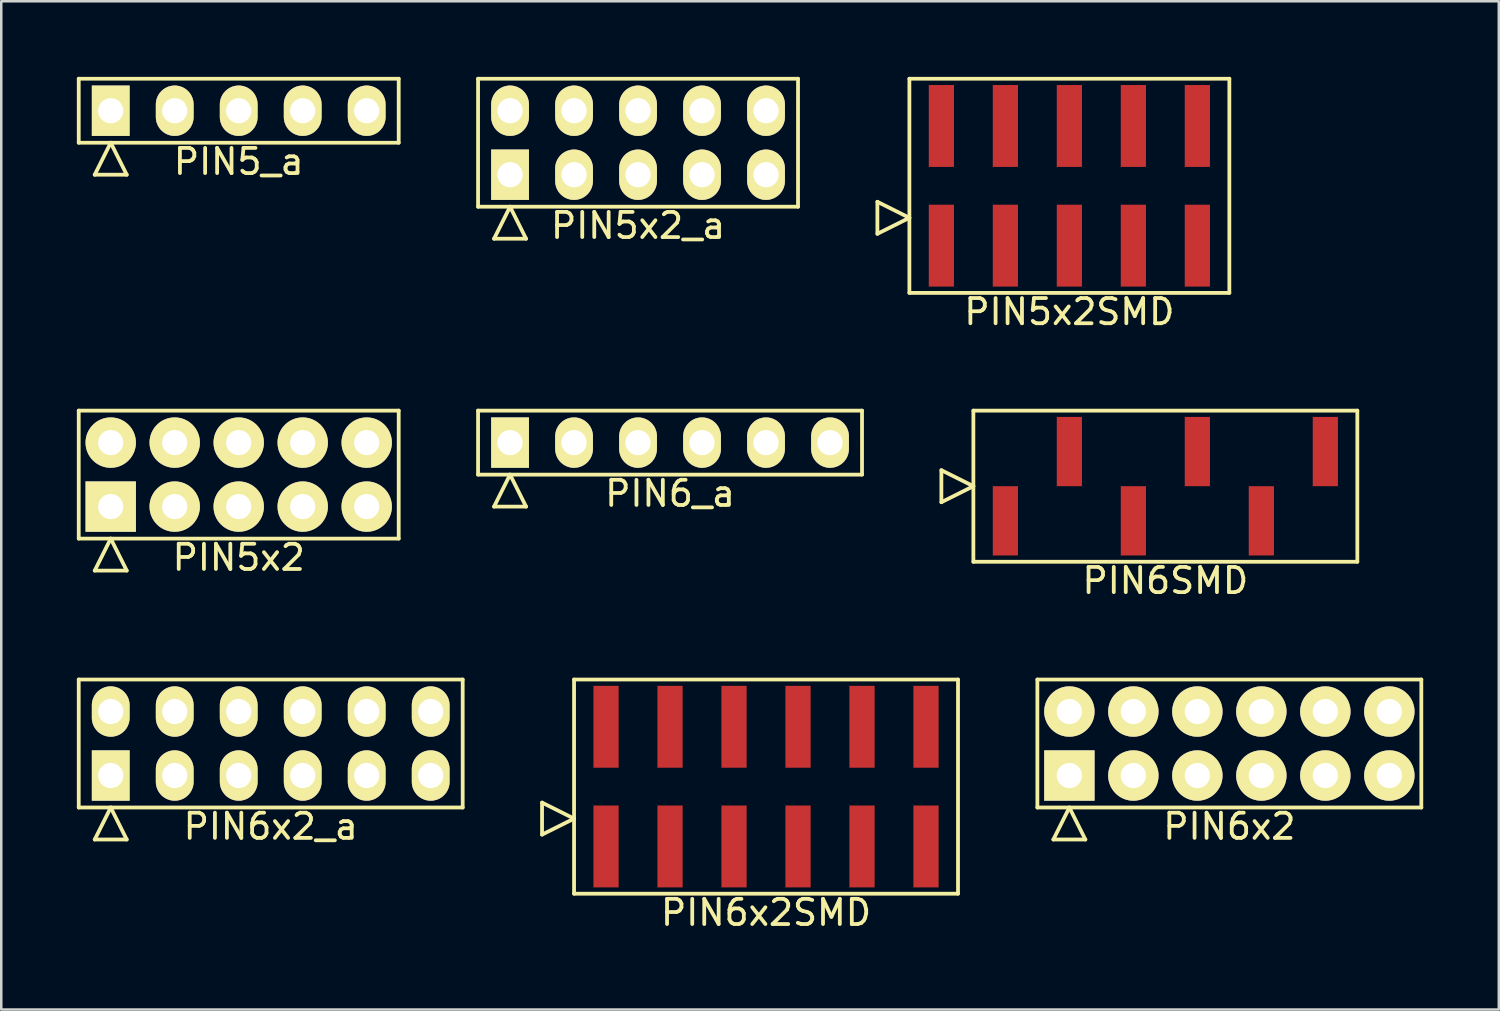
<source format=kicad_pcb>
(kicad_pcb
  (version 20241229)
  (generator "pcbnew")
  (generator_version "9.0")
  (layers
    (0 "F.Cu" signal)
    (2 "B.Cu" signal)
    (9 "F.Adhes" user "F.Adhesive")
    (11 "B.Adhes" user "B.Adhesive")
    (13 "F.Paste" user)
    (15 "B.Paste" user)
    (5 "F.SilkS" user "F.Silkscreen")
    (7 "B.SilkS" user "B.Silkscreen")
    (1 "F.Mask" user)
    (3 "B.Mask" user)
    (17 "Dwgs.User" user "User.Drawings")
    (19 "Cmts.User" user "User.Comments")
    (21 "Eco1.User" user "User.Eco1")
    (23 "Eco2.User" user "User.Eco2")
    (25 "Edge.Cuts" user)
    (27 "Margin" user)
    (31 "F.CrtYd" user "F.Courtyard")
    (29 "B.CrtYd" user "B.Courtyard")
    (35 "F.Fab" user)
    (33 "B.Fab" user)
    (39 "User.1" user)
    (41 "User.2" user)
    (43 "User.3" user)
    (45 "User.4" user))
  (footprint "PIN5_a"
    (layer "F.Cu")
    (at 6.425 1.345)
    (property "Reference" "PIN5_a" (at 0 2.02 0) (layer "F.SilkS") (effects (font (size 1 1) (thickness 0.15))))
    (attr through_hole)
    (fp_line (start -6.35 -1.27) (end -6.35 1.27) (stroke (width 0.15) (type solid)) (layer "F.SilkS"))
    (fp_line (start -6.35 1.27) (end 6.35 1.27) (stroke (width 0.15) (type solid)) (layer "F.SilkS"))
    (fp_line (start -5.715 2.54) (end -5.08 1.27) (stroke (width 0.15) (type solid)) (layer "F.SilkS"))
    (fp_line (start -5.715 2.54) (end -4.445 2.54) (stroke (width 0.15) (type solid)) (layer "F.SilkS"))
    (fp_line (start -4.445 2.54) (end -5.08 1.27) (stroke (width 0.15) (type solid)) (layer "F.SilkS"))
    (fp_line (start 6.35 -1.27) (end -6.35 -1.27) (stroke (width 0.15) (type solid)) (layer "F.SilkS"))
    (fp_line (start 6.35 1.27) (end 6.35 -1.27) (stroke (width 0.15) (type solid)) (layer "F.SilkS"))
    (pad "1" thru_hole rect (at -5.08 0) (size 1.5 2) (drill 1) (layers "*.Cu" "*.Mask" "F.SilkS"))
    (pad "2" thru_hole oval (at -2.54 0) (size 1.5 2) (drill 1) (layers "*.Cu" "*.Mask" "F.SilkS"))
    (pad "3" thru_hole oval (at 0 0) (size 1.5 2) (drill 1) (layers "*.Cu" "*.Mask" "F.SilkS"))
    (pad "4" thru_hole oval (at 2.54 0) (size 1.5 2) (drill 1) (layers "*.Cu" "*.Mask" "F.SilkS"))
    (pad "5" thru_hole oval (at 5.08 0) (size 1.5 2) (drill 1) (layers "*.Cu" "*.Mask" "F.SilkS")))
  (footprint "PIN6_a"
    (layer "F.Cu")
    (at 23.545 14.518)
    (property "Reference" "PIN6_a" (at 0 2.02 0) (layer "F.SilkS") (effects (font (size 1 1) (thickness 0.15))))
    (attr through_hole)
    (fp_line (start -7.62 -1.27) (end -7.62 1.27) (stroke (width 0.15) (type solid)) (layer "F.SilkS"))
    (fp_line (start -7.62 1.27) (end 7.62 1.27) (stroke (width 0.15) (type solid)) (layer "F.SilkS"))
    (fp_line (start -6.985 2.54) (end -6.35 1.27) (stroke (width 0.15) (type solid)) (layer "F.SilkS"))
    (fp_line (start -6.985 2.54) (end -5.715 2.54) (stroke (width 0.15) (type solid)) (layer "F.SilkS"))
    (fp_line (start -5.715 2.54) (end -6.35 1.27) (stroke (width 0.15) (type solid)) (layer "F.SilkS"))
    (fp_line (start 7.62 -1.27) (end -7.62 -1.27) (stroke (width 0.15) (type solid)) (layer "F.SilkS"))
    (fp_line (start 7.62 1.27) (end 7.62 -1.27) (stroke (width 0.15) (type solid)) (layer "F.SilkS"))
    (pad "1" thru_hole rect (at -6.35 0) (size 1.5 2) (drill 1) (layers "*.Cu" "*.Mask" "F.SilkS"))
    (pad "2" thru_hole oval (at -3.81 0) (size 1.5 2) (drill 1) (layers "*.Cu" "*.Mask" "F.SilkS"))
    (pad "3" thru_hole oval (at -1.27 0) (size 1.5 2) (drill 1) (layers "*.Cu" "*.Mask" "F.SilkS"))
    (pad "4" thru_hole oval (at 1.27 0) (size 1.5 2) (drill 1) (layers "*.Cu" "*.Mask" "F.SilkS"))
    (pad "5" thru_hole oval (at 3.81 0) (size 1.5 2) (drill 1) (layers "*.Cu" "*.Mask" "F.SilkS"))
    (pad "6" thru_hole oval (at 6.35 0) (size 1.5 2) (drill 1) (layers "*.Cu" "*.Mask" "F.SilkS")))
  (footprint "PIN6x2"
    (layer "F.Cu")
    (at 45.745 26.462)
    (property "Reference" "PIN6x2" (at 0 3.29 0) (layer "F.SilkS") (effects (font (size 1 1) (thickness 0.15))))
    (attr through_hole)
    (fp_line (start -7.62 -2.54) (end -7.62 2.54) (stroke (width 0.15) (type solid)) (layer "F.SilkS"))
    (fp_line (start -7.62 2.54) (end 7.62 2.54) (stroke (width 0.15) (type solid)) (layer "F.SilkS"))
    (fp_line (start -6.985 3.81) (end -6.35 2.54) (stroke (width 0.15) (type solid)) (layer "F.SilkS"))
    (fp_line (start -6.985 3.81) (end -5.715 3.81) (stroke (width 0.15) (type solid)) (layer "F.SilkS"))
    (fp_line (start -5.715 3.81) (end -6.35 2.54) (stroke (width 0.15) (type solid)) (layer "F.SilkS"))
    (fp_line (start 7.62 -2.54) (end -7.62 -2.54) (stroke (width 0.15) (type solid)) (layer "F.SilkS"))
    (fp_line (start 7.62 2.54) (end 7.62 -2.54) (stroke (width 0.15) (type solid)) (layer "F.SilkS"))
    (pad "1" thru_hole rect (at -6.35 1.27) (size 2 2) (drill 1) (layers "*.Cu" "*.Mask" "F.SilkS"))
    (pad "2" thru_hole oval (at -6.35 -1.27) (size 2 2) (drill 1) (layers "*.Cu" "*.Mask" "F.SilkS"))
    (pad "3" thru_hole oval (at -3.81 1.27) (size 2 2) (drill 1) (layers "*.Cu" "*.Mask" "F.SilkS"))
    (pad "4" thru_hole oval (at -3.81 -1.27) (size 2 2) (drill 1) (layers "*.Cu" "*.Mask" "F.SilkS"))
    (pad "5" thru_hole oval (at -1.27 1.27) (size 2 2) (drill 1) (layers "*.Cu" "*.Mask" "F.SilkS"))
    (pad "6" thru_hole oval (at -1.27 -1.27) (size 2 2) (drill 1) (layers "*.Cu" "*.Mask" "F.SilkS"))
    (pad "7" thru_hole oval (at 1.27 1.27) (size 2 2) (drill 1) (layers "*.Cu" "*.Mask" "F.SilkS"))
    (pad "8" thru_hole oval (at 1.27 -1.27) (size 2 2) (drill 1) (layers "*.Cu" "*.Mask" "F.SilkS"))
    (pad "9" thru_hole oval (at 3.81 1.27) (size 2 2) (drill 1) (layers "*.Cu" "*.Mask" "F.SilkS"))
    (pad "10" thru_hole oval (at 3.81 -1.27) (size 2 2) (drill 1) (layers "*.Cu" "*.Mask" "F.SilkS"))
    (pad "11" thru_hole oval (at 6.35 1.27) (size 2 2) (drill 1) (layers "*.Cu" "*.Mask" "F.SilkS"))
    (pad "12" thru_hole oval (at 6.35 -1.27) (size 2 2) (drill 1) (layers "*.Cu" "*.Mask" "F.SilkS")))
  (footprint "PIN6x2_a"
    (layer "F.Cu")
    (at 7.695 26.462)
    (property "Reference" "PIN6x2_a" (at 0 3.29 0) (layer "F.SilkS") (effects (font (size 1 1) (thickness 0.15))))
    (attr through_hole)
    (fp_line (start -7.62 -2.54) (end -7.62 2.54) (stroke (width 0.15) (type solid)) (layer "F.SilkS"))
    (fp_line (start -7.62 2.54) (end 7.62 2.54) (stroke (width 0.15) (type solid)) (layer "F.SilkS"))
    (fp_line (start -6.985 3.81) (end -6.35 2.54) (stroke (width 0.15) (type solid)) (layer "F.SilkS"))
    (fp_line (start -6.985 3.81) (end -5.715 3.81) (stroke (width 0.15) (type solid)) (layer "F.SilkS"))
    (fp_line (start -5.715 3.81) (end -6.35 2.54) (stroke (width 0.15) (type solid)) (layer "F.SilkS"))
    (fp_line (start 7.62 -2.54) (end -7.62 -2.54) (stroke (width 0.15) (type solid)) (layer "F.SilkS"))
    (fp_line (start 7.62 2.54) (end 7.62 -2.54) (stroke (width 0.15) (type solid)) (layer "F.SilkS"))
    (pad "1" thru_hole rect (at -6.35 1.27) (size 1.5 2) (drill 1) (layers "*.Cu" "*.Mask" "F.SilkS"))
    (pad "2" thru_hole oval (at -6.35 -1.27) (size 1.5 2) (drill 1) (layers "*.Cu" "*.Mask" "F.SilkS"))
    (pad "3" thru_hole oval (at -3.81 1.27) (size 1.5 2) (drill 1) (layers "*.Cu" "*.Mask" "F.SilkS"))
    (pad "4" thru_hole oval (at -3.81 -1.27) (size 1.5 2) (drill 1) (layers "*.Cu" "*.Mask" "F.SilkS"))
    (pad "5" thru_hole oval (at -1.27 1.27) (size 1.5 2) (drill 1) (layers "*.Cu" "*.Mask" "F.SilkS"))
    (pad "6" thru_hole oval (at -1.27 -1.27) (size 1.5 2) (drill 1) (layers "*.Cu" "*.Mask" "F.SilkS"))
    (pad "7" thru_hole oval (at 1.27 1.27) (size 1.5 2) (drill 1) (layers "*.Cu" "*.Mask" "F.SilkS"))
    (pad "8" thru_hole oval (at 1.27 -1.27) (size 1.5 2) (drill 1) (layers "*.Cu" "*.Mask" "F.SilkS"))
    (pad "9" thru_hole oval (at 3.81 1.27) (size 1.5 2) (drill 1) (layers "*.Cu" "*.Mask" "F.SilkS"))
    (pad "10" thru_hole oval (at 3.81 -1.27) (size 1.5 2) (drill 1) (layers "*.Cu" "*.Mask" "F.SilkS"))
    (pad "11" thru_hole oval (at 6.35 1.27) (size 1.5 2) (drill 1) (layers "*.Cu" "*.Mask" "F.SilkS"))
    (pad "12" thru_hole oval (at 6.35 -1.27) (size 1.5 2) (drill 1) (layers "*.Cu" "*.Mask" "F.SilkS")))
  (footprint "PIN5x2"
    (layer "F.Cu")
    (at 6.425 15.788)
    (property "Reference" "PIN5x2" (at 0 3.29 0) (layer "F.SilkS") (effects (font (size 1 1) (thickness 0.15))))
    (attr through_hole)
    (fp_line (start -6.35 -2.54) (end -6.35 2.54) (stroke (width 0.15) (type solid)) (layer "F.SilkS"))
    (fp_line (start -6.35 2.54) (end 6.35 2.54) (stroke (width 0.15) (type solid)) (layer "F.SilkS"))
    (fp_line (start -5.715 3.81) (end -5.08 2.54) (stroke (width 0.15) (type solid)) (layer "F.SilkS"))
    (fp_line (start -5.715 3.81) (end -4.445 3.81) (stroke (width 0.15) (type solid)) (layer "F.SilkS"))
    (fp_line (start -4.445 3.81) (end -5.08 2.54) (stroke (width 0.15) (type solid)) (layer "F.SilkS"))
    (fp_line (start 6.35 -2.54) (end -6.35 -2.54) (stroke (width 0.15) (type solid)) (layer "F.SilkS"))
    (fp_line (start 6.35 2.54) (end 6.35 -2.54) (stroke (width 0.15) (type solid)) (layer "F.SilkS"))
    (pad "1" thru_hole rect (at -5.08 1.27) (size 2 2) (drill 1) (layers "*.Cu" "*.Mask" "F.SilkS"))
    (pad "2" thru_hole oval (at -5.08 -1.27) (size 2 2) (drill 1) (layers "*.Cu" "*.Mask" "F.SilkS"))
    (pad "3" thru_hole oval (at -2.54 1.27) (size 2 2) (drill 1) (layers "*.Cu" "*.Mask" "F.SilkS"))
    (pad "4" thru_hole oval (at -2.54 -1.27) (size 2 2) (drill 1) (layers "*.Cu" "*.Mask" "F.SilkS"))
    (pad "5" thru_hole oval (at 0 1.27) (size 2 2) (drill 1) (layers "*.Cu" "*.Mask" "F.SilkS"))
    (pad "6" thru_hole oval (at 0 -1.27) (size 2 2) (drill 1) (layers "*.Cu" "*.Mask" "F.SilkS"))
    (pad "7" thru_hole oval (at 2.54 1.27) (size 2 2) (drill 1) (layers "*.Cu" "*.Mask" "F.SilkS"))
    (pad "8" thru_hole oval (at 2.54 -1.27) (size 2 2) (drill 1) (layers "*.Cu" "*.Mask" "F.SilkS"))
    (pad "9" thru_hole oval (at 5.08 1.27) (size 2 2) (drill 1) (layers "*.Cu" "*.Mask" "F.SilkS"))
    (pad "10" thru_hole oval (at 5.08 -1.27) (size 2 2) (drill 1) (layers "*.Cu" "*.Mask" "F.SilkS")))
  (footprint "PIN6SMD"
    (layer "F.Cu")
    (at 43.205 16.248)
    (property "Reference" "PIN6SMD" (at 0 3.75 0) (layer "F.SilkS") (effects (font (size 1 1) (thickness 0.15))))
    (attr through_hole)
    (fp_line (start -8.89 0.635) (end -8.89 -0.635) (stroke (width 0.15) (type solid)) (layer "F.SilkS"))
    (fp_line (start -7.62 -3) (end -7.62 3) (stroke (width 0.15) (type solid)) (layer "F.SilkS"))
    (fp_line (start -7.62 0) (end -8.89 -0.635) (stroke (width 0.15) (type solid)) (layer "F.SilkS"))
    (fp_line (start -7.62 0) (end -8.89 0.635) (stroke (width 0.15) (type solid)) (layer "F.SilkS"))
    (fp_line (start -7.62 3) (end 7.62 3) (stroke (width 0.15) (type solid)) (layer "F.SilkS"))
    (fp_line (start 7.62 -3) (end -7.62 -3) (stroke (width 0.15) (type solid)) (layer "F.SilkS"))
    (fp_line (start 7.62 3) (end 7.62 -3) (stroke (width 0.15) (type solid)) (layer "F.SilkS"))
    (pad "1" smd rect (at -6.35 1.375) (size 1 2.75) (layers "F.Cu" "F.Mask" "F.Paste"))
    (pad "2" smd rect (at -3.81 -1.375) (size 1 2.75) (layers "F.Cu" "F.Mask" "F.Paste"))
    (pad "3" smd rect (at -1.27 1.375) (size 1 2.75) (layers "F.Cu" "F.Mask" "F.Paste"))
    (pad "4" smd rect (at 1.27 -1.375) (size 1 2.75) (layers "F.Cu" "F.Mask" "F.Paste"))
    (pad "5" smd rect (at 3.81 1.375) (size 1 2.75) (layers "F.Cu" "F.Mask" "F.Paste"))
    (pad "6" smd rect (at 6.35 -1.375) (size 1 2.75) (layers "F.Cu" "F.Mask" "F.Paste")))
  (footprint "PIN6x2SMD"
    (layer "F.Cu")
    (at 27.355 28.172)
    (property "Reference" "PIN6x2SMD" (at 0 5 0) (layer "F.SilkS") (effects (font (size 1 1) (thickness 0.15))))
    (attr through_hole)
    (fp_line (start -8.89 1.905) (end -8.89 0.635) (stroke (width 0.15) (type solid)) (layer "F.SilkS"))
    (fp_line (start -7.62 -4.25) (end -7.62 4.25) (stroke (width 0.15) (type solid)) (layer "F.SilkS"))
    (fp_line (start -7.62 1.27) (end -8.89 0.635) (stroke (width 0.15) (type solid)) (layer "F.SilkS"))
    (fp_line (start -7.62 1.27) (end -8.89 1.905) (stroke (width 0.15) (type solid)) (layer "F.SilkS"))
    (fp_line (start -7.62 4.25) (end 7.62 4.25) (stroke (width 0.15) (type solid)) (layer "F.SilkS"))
    (fp_line (start 7.62 -4.25) (end -7.62 -4.25) (stroke (width 0.15) (type solid)) (layer "F.SilkS"))
    (fp_line (start 7.62 4.25) (end 7.62 -4.25) (stroke (width 0.15) (type solid)) (layer "F.SilkS"))
    (pad "1" smd rect (at -6.35 2.375) (size 1 3.25) (layers "F.Cu" "F.Mask" "F.Paste"))
    (pad "2" smd rect (at -6.35 -2.375) (size 1 3.25) (layers "F.Cu" "F.Mask" "F.Paste"))
    (pad "3" smd rect (at -3.81 2.375) (size 1 3.25) (layers "F.Cu" "F.Mask" "F.Paste"))
    (pad "4" smd rect (at -3.81 -2.375) (size 1 3.25) (layers "F.Cu" "F.Mask" "F.Paste"))
    (pad "5" smd rect (at -1.27 2.375) (size 1 3.25) (layers "F.Cu" "F.Mask" "F.Paste"))
    (pad "6" smd rect (at -1.27 -2.375) (size 1 3.25) (layers "F.Cu" "F.Mask" "F.Paste"))
    (pad "7" smd rect (at 1.27 2.375) (size 1 3.25) (layers "F.Cu" "F.Mask" "F.Paste"))
    (pad "8" smd rect (at 1.27 -2.375) (size 1 3.25) (layers "F.Cu" "F.Mask" "F.Paste"))
    (pad "9" smd rect (at 3.81 2.375) (size 1 3.25) (layers "F.Cu" "F.Mask" "F.Paste"))
    (pad "10" smd rect (at 3.81 -2.375) (size 1 3.25) (layers "F.Cu" "F.Mask" "F.Paste"))
    (pad "11" smd rect (at 6.35 2.375) (size 1 3.25) (layers "F.Cu" "F.Mask" "F.Paste"))
    (pad "12" smd rect (at 6.35 -2.375) (size 1 3.25) (layers "F.Cu" "F.Mask" "F.Paste")))
  (footprint "PIN5x2_a"
    (layer "F.Cu")
    (at 22.275 2.615)
    (property "Reference" "PIN5x2_a" (at 0 3.29 0) (layer "F.SilkS") (effects (font (size 1 1) (thickness 0.15))))
    (attr through_hole)
    (fp_line (start -6.35 -2.54) (end -6.35 2.54) (stroke (width 0.15) (type solid)) (layer "F.SilkS"))
    (fp_line (start -6.35 2.54) (end 6.35 2.54) (stroke (width 0.15) (type solid)) (layer "F.SilkS"))
    (fp_line (start -5.715 3.81) (end -5.08 2.54) (stroke (width 0.15) (type solid)) (layer "F.SilkS"))
    (fp_line (start -5.715 3.81) (end -4.445 3.81) (stroke (width 0.15) (type solid)) (layer "F.SilkS"))
    (fp_line (start -4.445 3.81) (end -5.08 2.54) (stroke (width 0.15) (type solid)) (layer "F.SilkS"))
    (fp_line (start 6.35 -2.54) (end -6.35 -2.54) (stroke (width 0.15) (type solid)) (layer "F.SilkS"))
    (fp_line (start 6.35 2.54) (end 6.35 -2.54) (stroke (width 0.15) (type solid)) (layer "F.SilkS"))
    (pad "1" thru_hole rect (at -5.08 1.27) (size 1.5 2) (drill 1) (layers "*.Cu" "*.Mask" "F.SilkS"))
    (pad "2" thru_hole oval (at -5.08 -1.27) (size 1.5 2) (drill 1) (layers "*.Cu" "*.Mask" "F.SilkS"))
    (pad "3" thru_hole oval (at -2.54 1.27) (size 1.5 2) (drill 1) (layers "*.Cu" "*.Mask" "F.SilkS"))
    (pad "4" thru_hole oval (at -2.54 -1.27) (size 1.5 2) (drill 1) (layers "*.Cu" "*.Mask" "F.SilkS"))
    (pad "5" thru_hole oval (at 0 1.27) (size 1.5 2) (drill 1) (layers "*.Cu" "*.Mask" "F.SilkS"))
    (pad "6" thru_hole oval (at 0 -1.27) (size 1.5 2) (drill 1) (layers "*.Cu" "*.Mask" "F.SilkS"))
    (pad "7" thru_hole oval (at 2.54 1.27) (size 1.5 2) (drill 1) (layers "*.Cu" "*.Mask" "F.SilkS"))
    (pad "8" thru_hole oval (at 2.54 -1.27) (size 1.5 2) (drill 1) (layers "*.Cu" "*.Mask" "F.SilkS"))
    (pad "9" thru_hole oval (at 5.08 1.27) (size 1.5 2) (drill 1) (layers "*.Cu" "*.Mask" "F.SilkS"))
    (pad "10" thru_hole oval (at 5.08 -1.27) (size 1.5 2) (drill 1) (layers "*.Cu" "*.Mask" "F.SilkS")))
  (footprint "PIN5x2SMD"
    (layer "F.Cu")
    (at 39.395 4.325)
    (property "Reference" "PIN5x2SMD" (at 0 5 0) (layer "F.SilkS") (effects (font (size 1 1) (thickness 0.15))))
    (attr through_hole)
    (fp_line (start -7.62 1.905) (end -7.62 0.635) (stroke (width 0.15) (type solid)) (layer "F.SilkS"))
    (fp_line (start -6.35 -4.25) (end -6.35 4.25) (stroke (width 0.15) (type solid)) (layer "F.SilkS"))
    (fp_line (start -6.35 1.27) (end -7.62 0.635) (stroke (width 0.15) (type solid)) (layer "F.SilkS"))
    (fp_line (start -6.35 1.27) (end -7.62 1.905) (stroke (width 0.15) (type solid)) (layer "F.SilkS"))
    (fp_line (start -6.35 4.25) (end 6.35 4.25) (stroke (width 0.15) (type solid)) (layer "F.SilkS"))
    (fp_line (start 6.35 -4.25) (end -6.35 -4.25) (stroke (width 0.15) (type solid)) (layer "F.SilkS"))
    (fp_line (start 6.35 4.25) (end 6.35 -4.25) (stroke (width 0.15) (type solid)) (layer "F.SilkS"))
    (pad "1" smd rect (at -5.08 2.375) (size 1 3.25) (layers "F.Cu" "F.Mask" "F.Paste"))
    (pad "2" smd rect (at -5.08 -2.375) (size 1 3.25) (layers "F.Cu" "F.Mask" "F.Paste"))
    (pad "3" smd rect (at -2.54 2.375) (size 1 3.25) (layers "F.Cu" "F.Mask" "F.Paste"))
    (pad "4" smd rect (at -2.54 -2.375) (size 1 3.25) (layers "F.Cu" "F.Mask" "F.Paste"))
    (pad "5" smd rect (at 0 2.375) (size 1 3.25) (layers "F.Cu" "F.Mask" "F.Paste"))
    (pad "6" smd rect (at 0 -2.375) (size 1 3.25) (layers "F.Cu" "F.Mask" "F.Paste"))
    (pad "7" smd rect (at 2.54 2.375) (size 1 3.25) (layers "F.Cu" "F.Mask" "F.Paste"))
    (pad "8" smd rect (at 2.54 -2.375) (size 1 3.25) (layers "F.Cu" "F.Mask" "F.Paste"))
    (pad "9" smd rect (at 5.08 2.375) (size 1 3.25) (layers "F.Cu" "F.Mask" "F.Paste"))
    (pad "10" smd rect (at 5.08 -2.375) (size 1 3.25) (layers "F.Cu" "F.Mask" "F.Paste")))
  (gr_rect
    (start -3 -3)
    (end 56.44 37.02)
    (stroke (width 0.1) (type default))
    (fill no)
    (layer "Edge.Cuts")))
</source>
